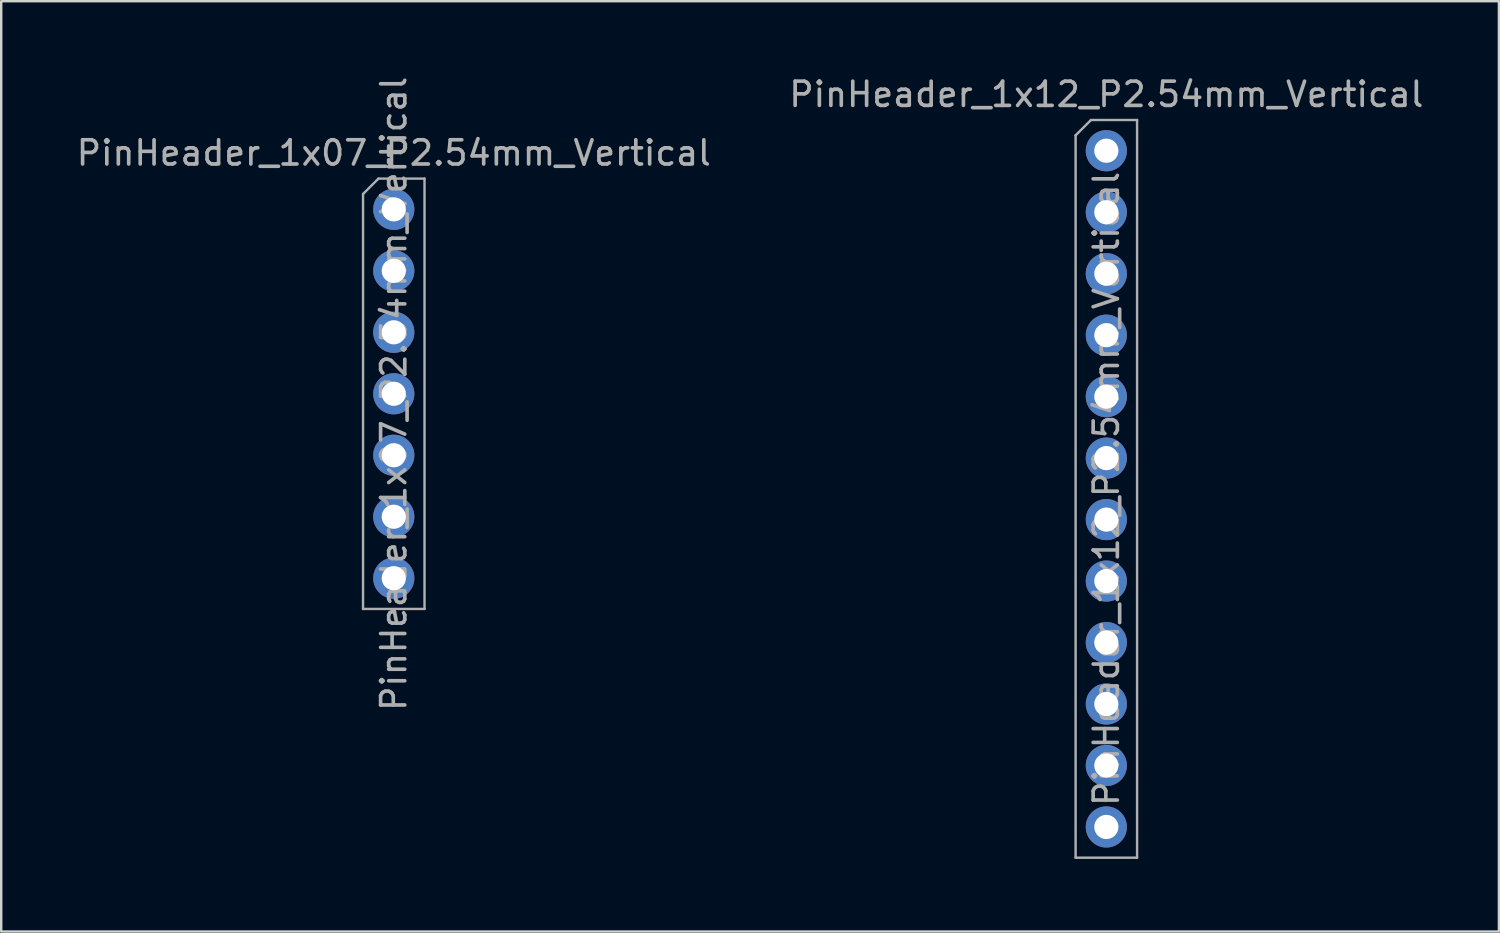
<source format=kicad_pcb>
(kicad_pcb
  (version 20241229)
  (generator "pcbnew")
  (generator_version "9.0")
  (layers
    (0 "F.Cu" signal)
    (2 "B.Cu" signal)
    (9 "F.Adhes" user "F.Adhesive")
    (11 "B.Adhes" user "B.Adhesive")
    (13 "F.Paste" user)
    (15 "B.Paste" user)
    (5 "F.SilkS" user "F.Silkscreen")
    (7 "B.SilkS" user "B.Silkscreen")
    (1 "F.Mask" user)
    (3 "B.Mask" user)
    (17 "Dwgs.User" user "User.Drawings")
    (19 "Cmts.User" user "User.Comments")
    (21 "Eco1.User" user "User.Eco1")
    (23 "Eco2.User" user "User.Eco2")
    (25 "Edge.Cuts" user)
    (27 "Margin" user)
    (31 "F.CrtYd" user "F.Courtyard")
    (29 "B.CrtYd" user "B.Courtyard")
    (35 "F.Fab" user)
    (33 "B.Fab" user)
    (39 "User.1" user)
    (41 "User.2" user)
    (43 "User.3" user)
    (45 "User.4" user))
  (footprint "PinHeader_1x12_P2.54mm_Vertical"
    (layer "F.Cu")
    (at 42.661 3.178)
    (property "Reference" "PinHeader_1x12_P2.54mm_Vertical" (at 0 -2.33 0) (layer "F.Fab") (effects (font (size 1 1) (thickness 0.15))))
    (attr through_hole)
    (fp_line (start -1.27 -0.635) (end -0.635 -1.27) (stroke (width 0.1) (type solid)) (layer "F.Fab"))
    (fp_line (start -1.27 29.21) (end -1.27 -0.635) (stroke (width 0.1) (type solid)) (layer "F.Fab"))
    (fp_line (start -0.635 -1.27) (end 1.27 -1.27) (stroke (width 0.1) (type solid)) (layer "F.Fab"))
    (fp_line (start 1.27 -1.27) (end 1.27 29.21) (stroke (width 0.1) (type solid)) (layer "F.Fab"))
    (fp_line (start 1.27 29.21) (end -1.27 29.21) (stroke (width 0.1) (type solid)) (layer "F.Fab"))
    (fp_text user "${REFERENCE}" (at 0 13.97 90) (layer "F.Fab") (effects (font (size 1 1) (thickness 0.15))))
    (pad "1" thru_hole circle (at 0 0) (size 1.7 1.7) (drill 1) (layers "*.Cu" "*.Mask"))
    (pad "2" thru_hole oval (at 0 2.54) (size 1.7 1.7) (drill 1) (layers "*.Cu" "*.Mask"))
    (pad "3" thru_hole oval (at 0 5.08) (size 1.7 1.7) (drill 1) (layers "*.Cu" "*.Mask"))
    (pad "4" thru_hole oval (at 0 7.62) (size 1.7 1.7) (drill 1) (layers "*.Cu" "*.Mask"))
    (pad "5" thru_hole oval (at 0 10.16) (size 1.7 1.7) (drill 1) (layers "*.Cu" "*.Mask"))
    (pad "6" thru_hole oval (at 0 12.7) (size 1.7 1.7) (drill 1) (layers "*.Cu" "*.Mask"))
    (pad "7" thru_hole oval (at 0 15.24) (size 1.7 1.7) (drill 1) (layers "*.Cu" "*.Mask"))
    (pad "8" thru_hole oval (at 0 17.78) (size 1.7 1.7) (drill 1) (layers "*.Cu" "*.Mask"))
    (pad "9" thru_hole oval (at 0 20.32) (size 1.7 1.7) (drill 1) (layers "*.Cu" "*.Mask"))
    (pad "10" thru_hole oval (at 0 22.86) (size 1.7 1.7) (drill 1) (layers "*.Cu" "*.Mask"))
    (pad "11" thru_hole oval (at 0 25.4) (size 1.7 1.7) (drill 1) (layers "*.Cu" "*.Mask"))
    (pad "12" thru_hole oval (at 0 27.94) (size 1.7 1.7) (drill 1) (layers "*.Cu" "*.Mask")))
  (footprint "PinHeader_1x07_P2.54mm_Vertical"
    (layer "F.Cu")
    (at 13.22 5.6)
    (property "Reference" "PinHeader_1x07_P2.54mm_Vertical" (at 0 -2.33 0) (layer "F.Fab") (effects (font (size 1 1) (thickness 0.15))))
    (attr through_hole)
    (fp_line (start -1.27 -0.635) (end -0.635 -1.27) (stroke (width 0.1) (type solid)) (layer "F.Fab"))
    (fp_line (start -1.27 16.51) (end -1.27 -0.635) (stroke (width 0.1) (type solid)) (layer "F.Fab"))
    (fp_line (start -0.635 -1.27) (end 1.27 -1.27) (stroke (width 0.1) (type solid)) (layer "F.Fab"))
    (fp_line (start 1.27 -1.27) (end 1.27 16.51) (stroke (width 0.1) (type solid)) (layer "F.Fab"))
    (fp_line (start 1.27 16.51) (end -1.27 16.51) (stroke (width 0.1) (type solid)) (layer "F.Fab"))
    (fp_text user "${REFERENCE}" (at 0 7.62 90) (layer "F.Fab") (effects (font (size 1 1) (thickness 0.15))))
    (pad "1" thru_hole circle (at 0 0) (size 1.7 1.7) (drill 1) (layers "*.Cu" "*.Mask"))
    (pad "2" thru_hole oval (at 0 2.54) (size 1.7 1.7) (drill 1) (layers "*.Cu" "*.Mask"))
    (pad "3" thru_hole oval (at 0 5.08) (size 1.7 1.7) (drill 1) (layers "*.Cu" "*.Mask"))
    (pad "4" thru_hole oval (at 0 7.62) (size 1.7 1.7) (drill 1) (layers "*.Cu" "*.Mask"))
    (pad "5" thru_hole oval (at 0 10.16) (size 1.7 1.7) (drill 1) (layers "*.Cu" "*.Mask"))
    (pad "6" thru_hole oval (at 0 12.7) (size 1.7 1.7) (drill 1) (layers "*.Cu" "*.Mask"))
    (pad "7" thru_hole oval (at 0 15.24) (size 1.7 1.7) (drill 1) (layers "*.Cu" "*.Mask")))
  (gr_rect
    (start -3 -3)
    (end 58.881 35.438)
    (stroke (width 0.1) (type default))
    (fill no)
    (layer "Edge.Cuts")))
</source>
